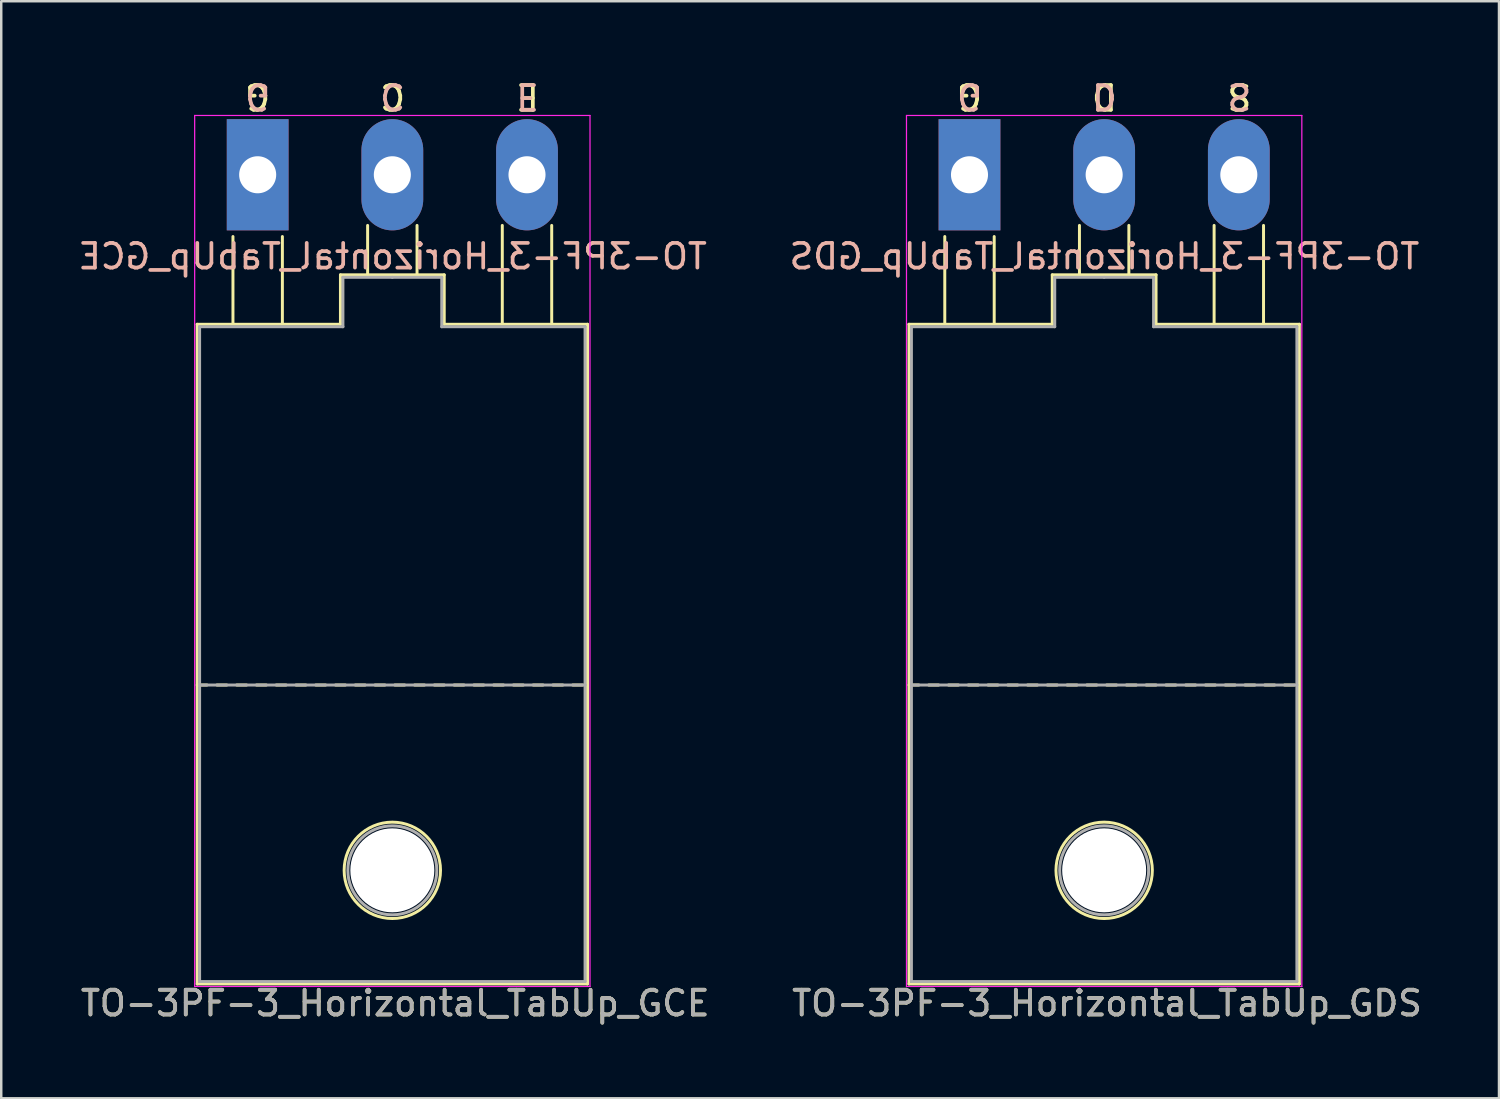
<source format=kicad_pcb>
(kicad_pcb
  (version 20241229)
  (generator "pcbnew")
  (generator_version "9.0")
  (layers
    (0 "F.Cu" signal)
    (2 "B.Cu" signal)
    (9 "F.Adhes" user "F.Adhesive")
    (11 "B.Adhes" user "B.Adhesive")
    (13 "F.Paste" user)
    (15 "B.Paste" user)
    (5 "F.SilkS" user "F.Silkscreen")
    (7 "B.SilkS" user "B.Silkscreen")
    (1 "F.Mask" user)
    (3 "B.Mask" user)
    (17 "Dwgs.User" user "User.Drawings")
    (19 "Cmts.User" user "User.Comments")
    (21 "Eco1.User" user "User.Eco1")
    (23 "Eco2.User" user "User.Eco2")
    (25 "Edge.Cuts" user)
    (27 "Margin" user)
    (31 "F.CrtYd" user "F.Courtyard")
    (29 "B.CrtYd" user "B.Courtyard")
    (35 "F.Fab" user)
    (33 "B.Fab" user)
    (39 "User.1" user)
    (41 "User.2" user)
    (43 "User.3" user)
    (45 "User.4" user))
  (footprint "TO-3PF-3_Horizontal_TabUp_GDS"
    (layer "F.Cu")
    (at 36.186 4.023)
    (property "Reference" "TO-3PF-3_Horizontal_TabUp_GDS" (at 5.566 33.528 180) (layer "F.SilkS") (effects (font (size 1 1) (thickness 0.15))))
    (fp_line (start -2.45 6.05) (end 3.35 6.05) (stroke (width 0.12) (type solid)) (layer "F.SilkS"))
    (fp_line (start -2.45 20.65) (end -2.05 20.65) (stroke (width 0.12) (type solid)) (layer "F.SilkS"))
    (fp_line (start -2.45 32.75) (end -2.45 6.05) (stroke (width 0.12) (type solid)) (layer "F.SilkS"))
    (fp_line (start -1.65 20.65) (end -1.25 20.65) (stroke (width 0.12) (type solid)) (layer "F.SilkS"))
    (fp_line (start -1 6) (end -1 2.5) (stroke (width 0.12) (type solid)) (layer "F.SilkS"))
    (fp_line (start -0.85 20.65) (end -0.45 20.65) (stroke (width 0.12) (type solid)) (layer "F.SilkS"))
    (fp_line (start -0.05 20.65) (end 0.35 20.65) (stroke (width 0.12) (type solid)) (layer "F.SilkS"))
    (fp_line (start 0.75 20.65) (end 1.15 20.65) (stroke (width 0.12) (type solid)) (layer "F.SilkS"))
    (fp_line (start 1 6) (end 1 2.5) (stroke (width 0.12) (type solid)) (layer "F.SilkS"))
    (fp_line (start 1.55 20.65) (end 1.95 20.65) (stroke (width 0.12) (type solid)) (layer "F.SilkS"))
    (fp_line (start 2.35 20.65) (end 2.75 20.65) (stroke (width 0.12) (type solid)) (layer "F.SilkS"))
    (fp_line (start 3.15 20.65) (end 3.55 20.65) (stroke (width 0.12) (type solid)) (layer "F.SilkS"))
    (fp_line (start 3.35 4.05) (end 7.55 4.05) (stroke (width 0.12) (type solid)) (layer "F.SilkS"))
    (fp_line (start 3.35 6.05) (end 3.35 4.05) (stroke (width 0.12) (type solid)) (layer "F.SilkS"))
    (fp_line (start 3.95 20.65) (end 4.35 20.65) (stroke (width 0.12) (type solid)) (layer "F.SilkS"))
    (fp_line (start 4.45 4.05) (end 4.45 2.05) (stroke (width 0.12) (type solid)) (layer "F.SilkS"))
    (fp_line (start 4.75 20.65) (end 5.15 20.65) (stroke (width 0.12) (type solid)) (layer "F.SilkS"))
    (fp_line (start 5.55 20.65) (end 5.95 20.65) (stroke (width 0.12) (type solid)) (layer "F.SilkS"))
    (fp_line (start 6.35 20.65) (end 6.75 20.65) (stroke (width 0.12) (type solid)) (layer "F.SilkS"))
    (fp_line (start 6.45 4.05) (end 6.45 2.05) (stroke (width 0.12) (type solid)) (layer "F.SilkS"))
    (fp_line (start 7.15 20.65) (end 7.55 20.65) (stroke (width 0.12) (type solid)) (layer "F.SilkS"))
    (fp_line (start 7.55 4.05) (end 7.55 6.05) (stroke (width 0.12) (type solid)) (layer "F.SilkS"))
    (fp_line (start 7.55 6.05) (end 13.35 6.05) (stroke (width 0.12) (type solid)) (layer "F.SilkS"))
    (fp_line (start 7.95 20.65) (end 8.35 20.65) (stroke (width 0.12) (type solid)) (layer "F.SilkS"))
    (fp_line (start 8.75 20.65) (end 9.15 20.65) (stroke (width 0.12) (type solid)) (layer "F.SilkS"))
    (fp_line (start 9.55 20.65) (end 9.95 20.65) (stroke (width 0.12) (type solid)) (layer "F.SilkS"))
    (fp_line (start 9.9 6) (end 9.9 2.05) (stroke (width 0.12) (type solid)) (layer "F.SilkS"))
    (fp_line (start 10.35 20.65) (end 10.75 20.65) (stroke (width 0.12) (type solid)) (layer "F.SilkS"))
    (fp_line (start 11.15 20.65) (end 11.55 20.65) (stroke (width 0.12) (type solid)) (layer "F.SilkS"))
    (fp_line (start 11.9 6) (end 11.9 2.05) (stroke (width 0.12) (type solid)) (layer "F.SilkS"))
    (fp_line (start 11.95 20.65) (end 12.35 20.65) (stroke (width 0.12) (type solid)) (layer "F.SilkS"))
    (fp_line (start 12.75 20.65) (end 13.15 20.65) (stroke (width 0.12) (type solid)) (layer "F.SilkS"))
    (fp_line (start 13.35 6.05) (end 13.35 32.75) (stroke (width 0.12) (type solid)) (layer "F.SilkS"))
    (fp_line (start 13.35 32.75) (end -2.45 32.75) (stroke (width 0.12) (type solid)) (layer "F.SilkS"))
    (fp_circle (center 5.45 28.15) (end 3.5 28.15) (stroke (width 0.12) (type solid)) (fill no) (layer "F.SilkS"))
    (fp_line (start -2.55 -2.4) (end -2.55 32.85) (stroke (width 0.05) (type solid)) (layer "F.CrtYd"))
    (fp_line (start -2.55 32.85) (end 13.45 32.85) (stroke (width 0.05) (type solid)) (layer "F.CrtYd"))
    (fp_line (start 13.45 -2.4) (end -2.55 -2.4) (stroke (width 0.05) (type solid)) (layer "F.CrtYd"))
    (fp_line (start 13.45 32.85) (end 13.45 -2.4) (stroke (width 0.05) (type solid)) (layer "F.CrtYd"))
    (fp_line (start -2.35 6.15) (end 3.45 6.15) (stroke (width 0.12) (type solid)) (layer "F.Fab"))
    (fp_line (start -2.35 32.65) (end -2.35 6.15) (stroke (width 0.12) (type solid)) (layer "F.Fab"))
    (fp_line (start 3.45 4.15) (end 3.45 6.15) (stroke (width 0.12) (type solid)) (layer "F.Fab"))
    (fp_line (start 5.45 4.15) (end 3.45 4.15) (stroke (width 0.12) (type solid)) (layer "F.Fab"))
    (fp_line (start 5.45 4.15) (end 7.45 4.15) (stroke (width 0.12) (type solid)) (layer "F.Fab"))
    (fp_line (start 7.45 4.15) (end 7.45 6.15) (stroke (width 0.12) (type solid)) (layer "F.Fab"))
    (fp_line (start 7.45 6.15) (end 13.25 6.15) (stroke (width 0.12) (type solid)) (layer "F.Fab"))
    (fp_line (start 13.25 6.15) (end 13.25 32.65) (stroke (width 0.12) (type solid)) (layer "F.Fab"))
    (fp_line (start 13.25 20.65) (end -2.35 20.65) (stroke (width 0.12) (type solid)) (layer "F.Fab"))
    (fp_line (start 13.25 32.65) (end -2.35 32.65) (stroke (width 0.12) (type solid)) (layer "F.Fab"))
    (fp_circle (center 5.45 28.15) (end 3.65 28.15) (stroke (width 0.12) (type solid)) (fill no) (layer "F.Fab"))
    (fp_text user "D" (at 5.461 -3.175 180) (unlocked yes) (layer "F.SilkS") (effects (font (size 1 1) (thickness 0.15))))
    (fp_text user "S" (at 10.922 -3.175 180) (unlocked yes) (layer "F.SilkS") (effects (font (size 1 1) (thickness 0.15))))
    (fp_text user "G" (at 0 -3.175 180) (unlocked yes) (layer "F.SilkS") (effects (font (size 1 1) (thickness 0.15))))
    (fp_text user "D" (at 5.461 -3.175 180) (unlocked yes) (layer "B.SilkS") (effects (font (size 1 1) (thickness 0.15)) (justify mirror)))
    (fp_text user "S" (at 10.922 -3.175 180) (unlocked yes) (layer "B.SilkS") (effects (font (size 1 1) (thickness 0.15)) (justify mirror)))
    (fp_text user "${REFERENCE}" (at 5.461 3.302 0) (layer "B.SilkS") (effects (font (size 1 1) (thickness 0.15)) (justify mirror)))
    (fp_text user "G" (at 0 -3.175 180) (unlocked yes) (layer "B.SilkS") (effects (font (size 1 1) (thickness 0.15)) (justify mirror)))
    (fp_text user "${REFERENCE}" (at 5.566 33.528 180) (layer "F.Fab") (effects (font (size 1 1) (thickness 0.15))))
    (pad "" np_thru_hole circle (at 5.45 28.15) (size 3.4 3.4) (drill 3.4) (layers "*.Cu" "*.Mask"))
    (pad "1" thru_hole rect (at 0 0) (size 2.5 4.5) (drill 1.5) (layers "*.Cu" "*.Mask"))
    (pad "2" thru_hole oval (at 5.45 0) (size 2.5 4.5) (drill 1.5) (layers "*.Cu" "*.Mask"))
    (pad "3" thru_hole oval (at 10.9 0) (size 2.5 4.5) (drill 1.5) (layers "*.Cu" "*.Mask")))
  (footprint "TO-3PF-3_Horizontal_TabUp_GCE"
    (layer "F.Cu")
    (at 7.378 4.023)
    (property "Reference" "TO-3PF-3_Horizontal_TabUp_GCE" (at 5.566 33.528 180) (layer "F.SilkS") (effects (font (size 1 1) (thickness 0.15))))
    (fp_line (start -2.45 6.05) (end 3.35 6.05) (stroke (width 0.12) (type solid)) (layer "F.SilkS"))
    (fp_line (start -2.45 20.65) (end -2.05 20.65) (stroke (width 0.12) (type solid)) (layer "F.SilkS"))
    (fp_line (start -2.45 32.75) (end -2.45 6.05) (stroke (width 0.12) (type solid)) (layer "F.SilkS"))
    (fp_line (start -1.65 20.65) (end -1.25 20.65) (stroke (width 0.12) (type solid)) (layer "F.SilkS"))
    (fp_line (start -1 6) (end -1 2.5) (stroke (width 0.12) (type solid)) (layer "F.SilkS"))
    (fp_line (start -0.85 20.65) (end -0.45 20.65) (stroke (width 0.12) (type solid)) (layer "F.SilkS"))
    (fp_line (start -0.05 20.65) (end 0.35 20.65) (stroke (width 0.12) (type solid)) (layer "F.SilkS"))
    (fp_line (start 0.75 20.65) (end 1.15 20.65) (stroke (width 0.12) (type solid)) (layer "F.SilkS"))
    (fp_line (start 1 6) (end 1 2.5) (stroke (width 0.12) (type solid)) (layer "F.SilkS"))
    (fp_line (start 1.55 20.65) (end 1.95 20.65) (stroke (width 0.12) (type solid)) (layer "F.SilkS"))
    (fp_line (start 2.35 20.65) (end 2.75 20.65) (stroke (width 0.12) (type solid)) (layer "F.SilkS"))
    (fp_line (start 3.15 20.65) (end 3.55 20.65) (stroke (width 0.12) (type solid)) (layer "F.SilkS"))
    (fp_line (start 3.35 4.05) (end 7.55 4.05) (stroke (width 0.12) (type solid)) (layer "F.SilkS"))
    (fp_line (start 3.35 6.05) (end 3.35 4.05) (stroke (width 0.12) (type solid)) (layer "F.SilkS"))
    (fp_line (start 3.95 20.65) (end 4.35 20.65) (stroke (width 0.12) (type solid)) (layer "F.SilkS"))
    (fp_line (start 4.45 4.05) (end 4.45 2.05) (stroke (width 0.12) (type solid)) (layer "F.SilkS"))
    (fp_line (start 4.75 20.65) (end 5.15 20.65) (stroke (width 0.12) (type solid)) (layer "F.SilkS"))
    (fp_line (start 5.55 20.65) (end 5.95 20.65) (stroke (width 0.12) (type solid)) (layer "F.SilkS"))
    (fp_line (start 6.35 20.65) (end 6.75 20.65) (stroke (width 0.12) (type solid)) (layer "F.SilkS"))
    (fp_line (start 6.45 4.05) (end 6.45 2.05) (stroke (width 0.12) (type solid)) (layer "F.SilkS"))
    (fp_line (start 7.15 20.65) (end 7.55 20.65) (stroke (width 0.12) (type solid)) (layer "F.SilkS"))
    (fp_line (start 7.55 4.05) (end 7.55 6.05) (stroke (width 0.12) (type solid)) (layer "F.SilkS"))
    (fp_line (start 7.55 6.05) (end 13.35 6.05) (stroke (width 0.12) (type solid)) (layer "F.SilkS"))
    (fp_line (start 7.95 20.65) (end 8.35 20.65) (stroke (width 0.12) (type solid)) (layer "F.SilkS"))
    (fp_line (start 8.75 20.65) (end 9.15 20.65) (stroke (width 0.12) (type solid)) (layer "F.SilkS"))
    (fp_line (start 9.55 20.65) (end 9.95 20.65) (stroke (width 0.12) (type solid)) (layer "F.SilkS"))
    (fp_line (start 9.9 6) (end 9.9 2.05) (stroke (width 0.12) (type solid)) (layer "F.SilkS"))
    (fp_line (start 10.35 20.65) (end 10.75 20.65) (stroke (width 0.12) (type solid)) (layer "F.SilkS"))
    (fp_line (start 11.15 20.65) (end 11.55 20.65) (stroke (width 0.12) (type solid)) (layer "F.SilkS"))
    (fp_line (start 11.9 6) (end 11.9 2.05) (stroke (width 0.12) (type solid)) (layer "F.SilkS"))
    (fp_line (start 11.95 20.65) (end 12.35 20.65) (stroke (width 0.12) (type solid)) (layer "F.SilkS"))
    (fp_line (start 12.75 20.65) (end 13.15 20.65) (stroke (width 0.12) (type solid)) (layer "F.SilkS"))
    (fp_line (start 13.35 6.05) (end 13.35 32.75) (stroke (width 0.12) (type solid)) (layer "F.SilkS"))
    (fp_line (start 13.35 32.75) (end -2.45 32.75) (stroke (width 0.12) (type solid)) (layer "F.SilkS"))
    (fp_circle (center 5.45 28.15) (end 3.5 28.15) (stroke (width 0.12) (type solid)) (fill no) (layer "F.SilkS"))
    (fp_line (start -2.55 -2.4) (end -2.55 32.85) (stroke (width 0.05) (type solid)) (layer "F.CrtYd"))
    (fp_line (start -2.55 32.85) (end 13.45 32.85) (stroke (width 0.05) (type solid)) (layer "F.CrtYd"))
    (fp_line (start 13.45 -2.4) (end -2.55 -2.4) (stroke (width 0.05) (type solid)) (layer "F.CrtYd"))
    (fp_line (start 13.45 32.85) (end 13.45 -2.4) (stroke (width 0.05) (type solid)) (layer "F.CrtYd"))
    (fp_line (start -2.35 6.15) (end 3.45 6.15) (stroke (width 0.12) (type solid)) (layer "F.Fab"))
    (fp_line (start -2.35 32.65) (end -2.35 6.15) (stroke (width 0.12) (type solid)) (layer "F.Fab"))
    (fp_line (start 3.45 4.15) (end 3.45 6.15) (stroke (width 0.12) (type solid)) (layer "F.Fab"))
    (fp_line (start 5.45 4.15) (end 3.45 4.15) (stroke (width 0.12) (type solid)) (layer "F.Fab"))
    (fp_line (start 5.45 4.15) (end 7.45 4.15) (stroke (width 0.12) (type solid)) (layer "F.Fab"))
    (fp_line (start 7.45 4.15) (end 7.45 6.15) (stroke (width 0.12) (type solid)) (layer "F.Fab"))
    (fp_line (start 7.45 6.15) (end 13.25 6.15) (stroke (width 0.12) (type solid)) (layer "F.Fab"))
    (fp_line (start 13.25 6.15) (end 13.25 32.65) (stroke (width 0.12) (type solid)) (layer "F.Fab"))
    (fp_line (start 13.25 20.65) (end -2.35 20.65) (stroke (width 0.12) (type solid)) (layer "F.Fab"))
    (fp_line (start 13.25 32.65) (end -2.35 32.65) (stroke (width 0.12) (type solid)) (layer "F.Fab"))
    (fp_circle (center 5.45 28.15) (end 3.65 28.15) (stroke (width 0.12) (type solid)) (fill no) (layer "F.Fab"))
    (fp_text user "E" (at 10.922 -3.175 180) (unlocked yes) (layer "F.SilkS") (effects (font (size 1 1) (thickness 0.15))))
    (fp_text user "G" (at 0 -3.175 180) (unlocked yes) (layer "F.SilkS") (effects (font (size 1 1) (thickness 0.15))))
    (fp_text user "C" (at 5.461 -3.175 180) (unlocked yes) (layer "F.SilkS") (effects (font (size 1 1) (thickness 0.15))))
    (fp_text user "G" (at 0 -3.175 180) (unlocked yes) (layer "B.SilkS") (effects (font (size 1 1) (thickness 0.15)) (justify mirror)))
    (fp_text user "C" (at 5.461 -3.175 180) (unlocked yes) (layer "B.SilkS") (effects (font (size 1 1) (thickness 0.15)) (justify mirror)))
    (fp_text user "E" (at 10.922 -3.175 180) (unlocked yes) (layer "B.SilkS") (effects (font (size 1 1) (thickness 0.15)) (justify mirror)))
    (fp_text user "${REFERENCE}" (at 5.461 3.302 0) (layer "B.SilkS") (effects (font (size 1 1) (thickness 0.15)) (justify mirror)))
    (fp_text user "${REFERENCE}" (at 5.566 33.528 180) (layer "F.Fab") (effects (font (size 1 1) (thickness 0.15))))
    (pad "" np_thru_hole circle (at 5.45 28.15) (size 3.4 3.4) (drill 3.4) (layers "*.Cu" "*.Mask"))
    (pad "1" thru_hole rect (at 0 0) (size 2.5 4.5) (drill 1.5) (layers "*.Cu" "*.Mask"))
    (pad "2" thru_hole oval (at 5.45 0) (size 2.5 4.5) (drill 1.5) (layers "*.Cu" "*.Mask"))
    (pad "3" thru_hole oval (at 10.9 0) (size 2.5 4.5) (drill 1.5) (layers "*.Cu" "*.Mask")))
  (gr_rect
    (start -3 -3)
    (end 57.615 41.4)
    (stroke (width 0.1) (type default))
    (fill no)
    (layer "Edge.Cuts")))
</source>
